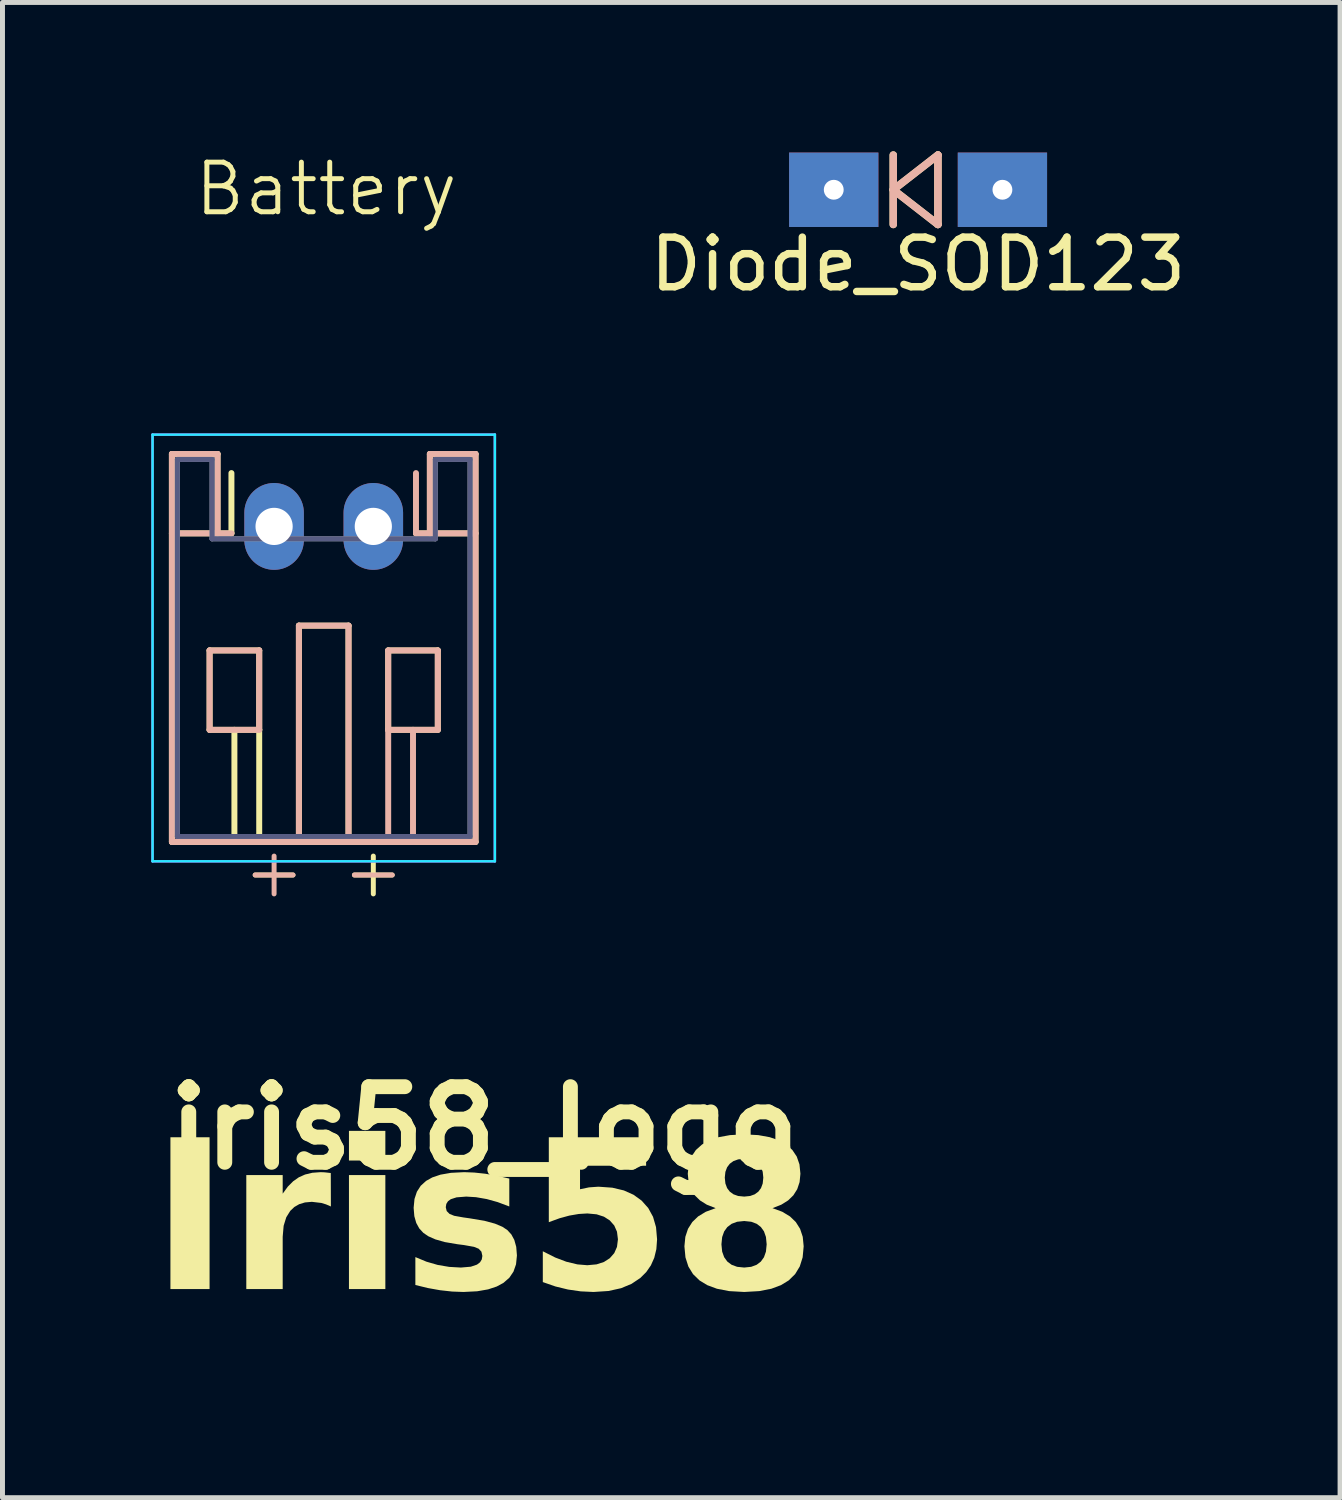
<source format=kicad_pcb>
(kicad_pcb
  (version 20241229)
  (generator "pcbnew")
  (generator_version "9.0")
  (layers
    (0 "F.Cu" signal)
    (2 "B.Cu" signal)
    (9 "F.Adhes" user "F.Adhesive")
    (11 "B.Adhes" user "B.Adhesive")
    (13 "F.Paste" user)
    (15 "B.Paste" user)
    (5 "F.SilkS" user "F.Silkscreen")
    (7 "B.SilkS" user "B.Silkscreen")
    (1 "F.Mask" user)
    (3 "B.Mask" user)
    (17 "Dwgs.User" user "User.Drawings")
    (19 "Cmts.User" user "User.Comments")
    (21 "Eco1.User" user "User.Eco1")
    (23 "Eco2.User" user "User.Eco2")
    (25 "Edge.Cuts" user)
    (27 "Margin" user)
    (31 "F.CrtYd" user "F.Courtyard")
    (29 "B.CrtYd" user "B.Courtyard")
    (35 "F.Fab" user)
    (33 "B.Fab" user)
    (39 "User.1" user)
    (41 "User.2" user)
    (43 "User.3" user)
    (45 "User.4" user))
  (footprint "Diode_SOD123"
    (placed yes)
    (layer "F.Cu")
    (at 15.456 0.775)
    (property "Reference" "Diode_SOD123" (at 0 1.5 0) (layer "F.SilkS") (effects (font (size 1 1) (thickness 0.15))))
    (attr through_hole)
    (fp_line (start -0.5 -0.7) (end -0.5 0.7) (stroke (width 0.15) (type solid)) (layer "F.SilkS"))
    (fp_line (start -0.5 0) (end 0.4 -0.7) (stroke (width 0.15) (type solid)) (layer "F.SilkS"))
    (fp_line (start 0.4 -0.7) (end 0.4 0.7) (stroke (width 0.15) (type solid)) (layer "F.SilkS"))
    (fp_line (start 0.4 0.7) (end -0.5 0) (stroke (width 0.15) (type solid)) (layer "F.SilkS"))
    (fp_line (start -0.5 -0.7) (end -0.5 0.7) (stroke (width 0.15) (type solid)) (layer "B.SilkS"))
    (fp_line (start -0.5 0) (end 0.4 -0.7) (stroke (width 0.15) (type solid)) (layer "B.SilkS"))
    (fp_line (start 0.4 -0.7) (end 0.4 0.7) (stroke (width 0.15) (type solid)) (layer "B.SilkS"))
    (fp_line (start 0.4 0.7) (end -0.5 0) (stroke (width 0.15) (type solid)) (layer "B.SilkS"))
    (pad "1" thru_hole rect (at -1.7 0) (size 1.8 1.5) (drill 0.4) (layers "*.Cu" "*.Mask"))
    (pad "2" thru_hole rect (at 1.7 0) (size 1.8 1.5) (drill 0.4) (layers "*.Cu" "*.Mask")))
  (footprint "iris58_logo"
    (layer "F.Cu")
    (at 6.706 21.689)
    (property "Reference" "iris58_logo" (at 0 -2 0) (layer "F.SilkS") (effects (font (size 1.524 1.524) (thickness 0.3))))
    (attr through_hole)
    (fp_text user "Iris58" (at 0 0 0) (unlocked yes) (layer "F.SilkS") (effects (font (face "Anonymous Pro") (size 3 3) (thickness 0.3) (bold yes)))))
  (footprint "Battery"
    (layer "F.Cu")
    (at 3.475 10.011)
    (property "Reference" "Battery" (at 0.05 -9.25 0) (unlocked yes) (layer "F.SilkS") (effects (font (size 1 1) (thickness 0.1))))
    (attr smd)
    (fp_line (start -3.06 -3.91) (end -3.06 3.91) (stroke (width 0.12) (type solid)) (layer "F.SilkS"))
    (fp_line (start -3.06 -2.31) (end -2.14 -2.31) (stroke (width 0.12) (type solid)) (layer "F.SilkS"))
    (fp_line (start -3.06 3.91) (end 3.06 3.91) (stroke (width 0.12) (type solid)) (layer "F.SilkS"))
    (fp_line (start -2.3 0.05) (end -2.3 1.65) (stroke (width 0.12) (type solid)) (layer "F.SilkS"))
    (fp_line (start -2.3 1.65) (end -1.3 1.65) (stroke (width 0.12) (type solid)) (layer "F.SilkS"))
    (fp_line (start -2.14 -3.91) (end -3.06 -3.91) (stroke (width 0.12) (type solid)) (layer "F.SilkS"))
    (fp_line (start -2.14 -2.31) (end -2.14 -3.91) (stroke (width 0.12) (type solid)) (layer "F.SilkS"))
    (fp_line (start -1.86 -2.31) (end -2.14 -2.31) (stroke (width 0.12) (type solid)) (layer "F.SilkS"))
    (fp_line (start -1.86 -2.31) (end -1.86 -3.525) (stroke (width 0.12) (type solid)) (layer "F.SilkS"))
    (fp_line (start -1.8 1.65) (end -1.8 3.91) (stroke (width 0.12) (type solid)) (layer "F.SilkS"))
    (fp_line (start -1.3 0.05) (end -2.3 0.05) (stroke (width 0.12) (type solid)) (layer "F.SilkS"))
    (fp_line (start -1.3 1.65) (end -1.3 0.05) (stroke (width 0.12) (type solid)) (layer "F.SilkS"))
    (fp_line (start -1.3 1.65) (end -1.3 3.91) (stroke (width 0.12) (type solid)) (layer "F.SilkS"))
    (fp_line (start -0.5 -0.45) (end 0.5 -0.45) (stroke (width 0.12) (type solid)) (layer "F.SilkS"))
    (fp_line (start -0.5 3.91) (end -0.5 -0.45) (stroke (width 0.12) (type solid)) (layer "F.SilkS"))
    (fp_line (start 0.5 -0.45) (end 0.5 3.91) (stroke (width 0.12) (type solid)) (layer "F.SilkS"))
    (fp_line (start 1.3 0.05) (end 2.3 0.05) (stroke (width 0.12) (type solid)) (layer "F.SilkS"))
    (fp_line (start 1.3 1.65) (end 1.3 0.05) (stroke (width 0.12) (type solid)) (layer "F.SilkS"))
    (fp_line (start 2.14 -3.91) (end 2.14 -2.31) (stroke (width 0.12) (type solid)) (layer "F.SilkS"))
    (fp_line (start 2.14 -2.31) (end 1.86 -2.31) (stroke (width 0.12) (type solid)) (layer "F.SilkS"))
    (fp_line (start 2.3 0.05) (end 2.3 1.65) (stroke (width 0.12) (type solid)) (layer "F.SilkS"))
    (fp_line (start 2.3 1.65) (end 1.3 1.65) (stroke (width 0.12) (type solid)) (layer "F.SilkS"))
    (fp_line (start 3.06 -3.91) (end 2.14 -3.91) (stroke (width 0.12) (type solid)) (layer "F.SilkS"))
    (fp_line (start 3.06 -2.31) (end 2.14 -2.31) (stroke (width 0.12) (type solid)) (layer "F.SilkS"))
    (fp_line (start 3.06 3.91) (end 3.06 -3.91) (stroke (width 0.12) (type solid)) (layer "F.SilkS"))
    (fp_line (start -3.06 -3.91) (end -2.14 -3.91) (stroke (width 0.12) (type solid)) (layer "B.SilkS"))
    (fp_line (start -3.06 -2.31) (end -2.14 -2.31) (stroke (width 0.12) (type solid)) (layer "B.SilkS"))
    (fp_line (start -3.06 3.91) (end -3.06 -3.91) (stroke (width 0.12) (type solid)) (layer "B.SilkS"))
    (fp_line (start -2.3 0.05) (end -2.3 1.65) (stroke (width 0.12) (type solid)) (layer "B.SilkS"))
    (fp_line (start -2.3 1.65) (end -1.3 1.65) (stroke (width 0.12) (type solid)) (layer "B.SilkS"))
    (fp_line (start -2.14 -3.91) (end -2.14 -2.31) (stroke (width 0.12) (type solid)) (layer "B.SilkS"))
    (fp_line (start -2.14 -2.31) (end -1.86 -2.31) (stroke (width 0.12) (type solid)) (layer "B.SilkS"))
    (fp_line (start -1.3 0.05) (end -2.3 0.05) (stroke (width 0.12) (type solid)) (layer "B.SilkS"))
    (fp_line (start -1.3 1.65) (end -1.3 0.05) (stroke (width 0.12) (type solid)) (layer "B.SilkS"))
    (fp_line (start -0.5 -0.45) (end -0.5 3.91) (stroke (width 0.12) (type solid)) (layer "B.SilkS"))
    (fp_line (start 0.5 -0.45) (end -0.5 -0.45) (stroke (width 0.12) (type solid)) (layer "B.SilkS"))
    (fp_line (start 0.5 3.91) (end 0.5 -0.45) (stroke (width 0.12) (type solid)) (layer "B.SilkS"))
    (fp_line (start 1.3 0.05) (end 2.3 0.05) (stroke (width 0.12) (type solid)) (layer "B.SilkS"))
    (fp_line (start 1.3 1.65) (end 1.3 0.05) (stroke (width 0.12) (type solid)) (layer "B.SilkS"))
    (fp_line (start 1.3 1.65) (end 1.3 3.91) (stroke (width 0.12) (type solid)) (layer "B.SilkS"))
    (fp_line (start 1.8 1.65) (end 1.8 3.91) (stroke (width 0.12) (type solid)) (layer "B.SilkS"))
    (fp_line (start 1.86 -2.31) (end 1.86 -3.525) (stroke (width 0.12) (type solid)) (layer "B.SilkS"))
    (fp_line (start 1.86 -2.31) (end 2.14 -2.31) (stroke (width 0.12) (type solid)) (layer "B.SilkS"))
    (fp_line (start 2.14 -3.91) (end 3.06 -3.91) (stroke (width 0.12) (type solid)) (layer "B.SilkS"))
    (fp_line (start 2.14 -2.31) (end 2.14 -3.91) (stroke (width 0.12) (type solid)) (layer "B.SilkS"))
    (fp_line (start 2.3 0.05) (end 2.3 1.65) (stroke (width 0.12) (type solid)) (layer "B.SilkS"))
    (fp_line (start 2.3 1.65) (end 1.3 1.65) (stroke (width 0.12) (type solid)) (layer "B.SilkS"))
    (fp_line (start 3.06 -3.91) (end 3.06 3.91) (stroke (width 0.12) (type solid)) (layer "B.SilkS"))
    (fp_line (start 3.06 -2.31) (end 2.14 -2.31) (stroke (width 0.12) (type solid)) (layer "B.SilkS"))
    (fp_line (start 3.06 3.91) (end -3.06 3.91) (stroke (width 0.12) (type solid)) (layer "B.SilkS"))
    (fp_line (start -3.45 -4.3) (end 3.45 -4.3) (stroke (width 0.05) (type solid)) (layer "B.CrtYd"))
    (fp_line (start -3.45 4.3) (end -3.45 -4.3) (stroke (width 0.05) (type solid)) (layer "B.CrtYd"))
    (fp_line (start 3.45 -4.3) (end 3.45 4.3) (stroke (width 0.05) (type solid)) (layer "B.CrtYd"))
    (fp_line (start 3.45 4.3) (end -3.45 4.3) (stroke (width 0.05) (type solid)) (layer "B.CrtYd"))
    (fp_line (start -3.45 -4.3) (end -3.45 4.3) (stroke (width 0.05) (type solid)) (layer "F.CrtYd"))
    (fp_line (start -3.45 4.3) (end 3.45 4.3) (stroke (width 0.05) (type solid)) (layer "F.CrtYd"))
    (fp_line (start 3.45 -4.3) (end -3.45 -4.3) (stroke (width 0.05) (type solid)) (layer "F.CrtYd"))
    (fp_line (start 3.45 4.3) (end 3.45 -4.3) (stroke (width 0.05) (type solid)) (layer "F.CrtYd"))
    (fp_line (start -2.95 -3.8) (end -2.25 -3.8) (stroke (width 0.1) (type solid)) (layer "B.Fab"))
    (fp_line (start -2.95 3.8) (end -2.95 -3.8) (stroke (width 0.1) (type solid)) (layer "B.Fab"))
    (fp_line (start -2.25 -3.8) (end -2.25 -2.2) (stroke (width 0.1) (type solid)) (layer "B.Fab"))
    (fp_line (start -2.25 -2.2) (end 2.25 -2.2) (stroke (width 0.1) (type solid)) (layer "B.Fab"))
    (fp_line (start 2.25 -3.8) (end 2.95 -3.8) (stroke (width 0.1) (type solid)) (layer "B.Fab"))
    (fp_line (start 2.25 -2.2) (end 2.25 -3.8) (stroke (width 0.1) (type solid)) (layer "B.Fab"))
    (fp_line (start 2.95 -3.8) (end 2.95 3.8) (stroke (width 0.1) (type solid)) (layer "B.Fab"))
    (fp_line (start 2.95 3.8) (end -2.95 3.8) (stroke (width 0.1) (type solid)) (layer "B.Fab"))
    (fp_line (start -2.95 -3.8) (end -2.95 3.8) (stroke (width 0.1) (type solid)) (layer "F.Fab"))
    (fp_line (start -2.95 3.8) (end 2.95 3.8) (stroke (width 0.1) (type solid)) (layer "F.Fab"))
    (fp_line (start -2.25 -3.8) (end -2.95 -3.8) (stroke (width 0.1) (type solid)) (layer "F.Fab"))
    (fp_line (start -2.25 -2.2) (end -2.25 -3.8) (stroke (width 0.1) (type solid)) (layer "F.Fab"))
    (fp_line (start 2.25 -3.8) (end 2.25 -2.2) (stroke (width 0.1) (type solid)) (layer "F.Fab"))
    (fp_line (start 2.25 -2.2) (end -2.25 -2.2) (stroke (width 0.1) (type solid)) (layer "F.Fab"))
    (fp_line (start 2.95 -3.8) (end 2.25 -3.8) (stroke (width 0.1) (type solid)) (layer "F.Fab"))
    (fp_line (start 2.95 3.8) (end 2.95 -3.8) (stroke (width 0.1) (type solid)) (layer "F.Fab"))
    (fp_text user "-" (at -1 4.5 0) (unlocked yes) (layer "F.SilkS") (effects (font (size 1 1) (thickness 0.1))))
    (fp_text user "+" (at 1 4.5 0) (unlocked yes) (layer "F.SilkS") (effects (font (size 1 1) (thickness 0.1))))
    (fp_text user "+" (at -1 4.5 0) (unlocked yes) (layer "B.SilkS") (effects (font (size 1 1) (thickness 0.1)) (justify mirror)))
    (fp_text user "-" (at 1 4.5 0) (unlocked yes) (layer "B.SilkS") (effects (font (size 1 1) (thickness 0.1)) (justify mirror)))
    (pad "1" thru_hole oval (at 1 -2.45) (size 1.2 1.75) (drill 0.75) (layers "*.Cu" "*.Mask"))
    (pad "2" thru_hole oval (at -1 -2.45) (size 1.2 1.75) (drill 0.75) (layers "*.Cu" "*.Mask")))
  (gr_rect
    (start -3 -3)
    (end 23.962 27.139)
    (stroke (width 0.1) (type default))
    (fill no)
    (layer "Edge.Cuts")))
</source>
